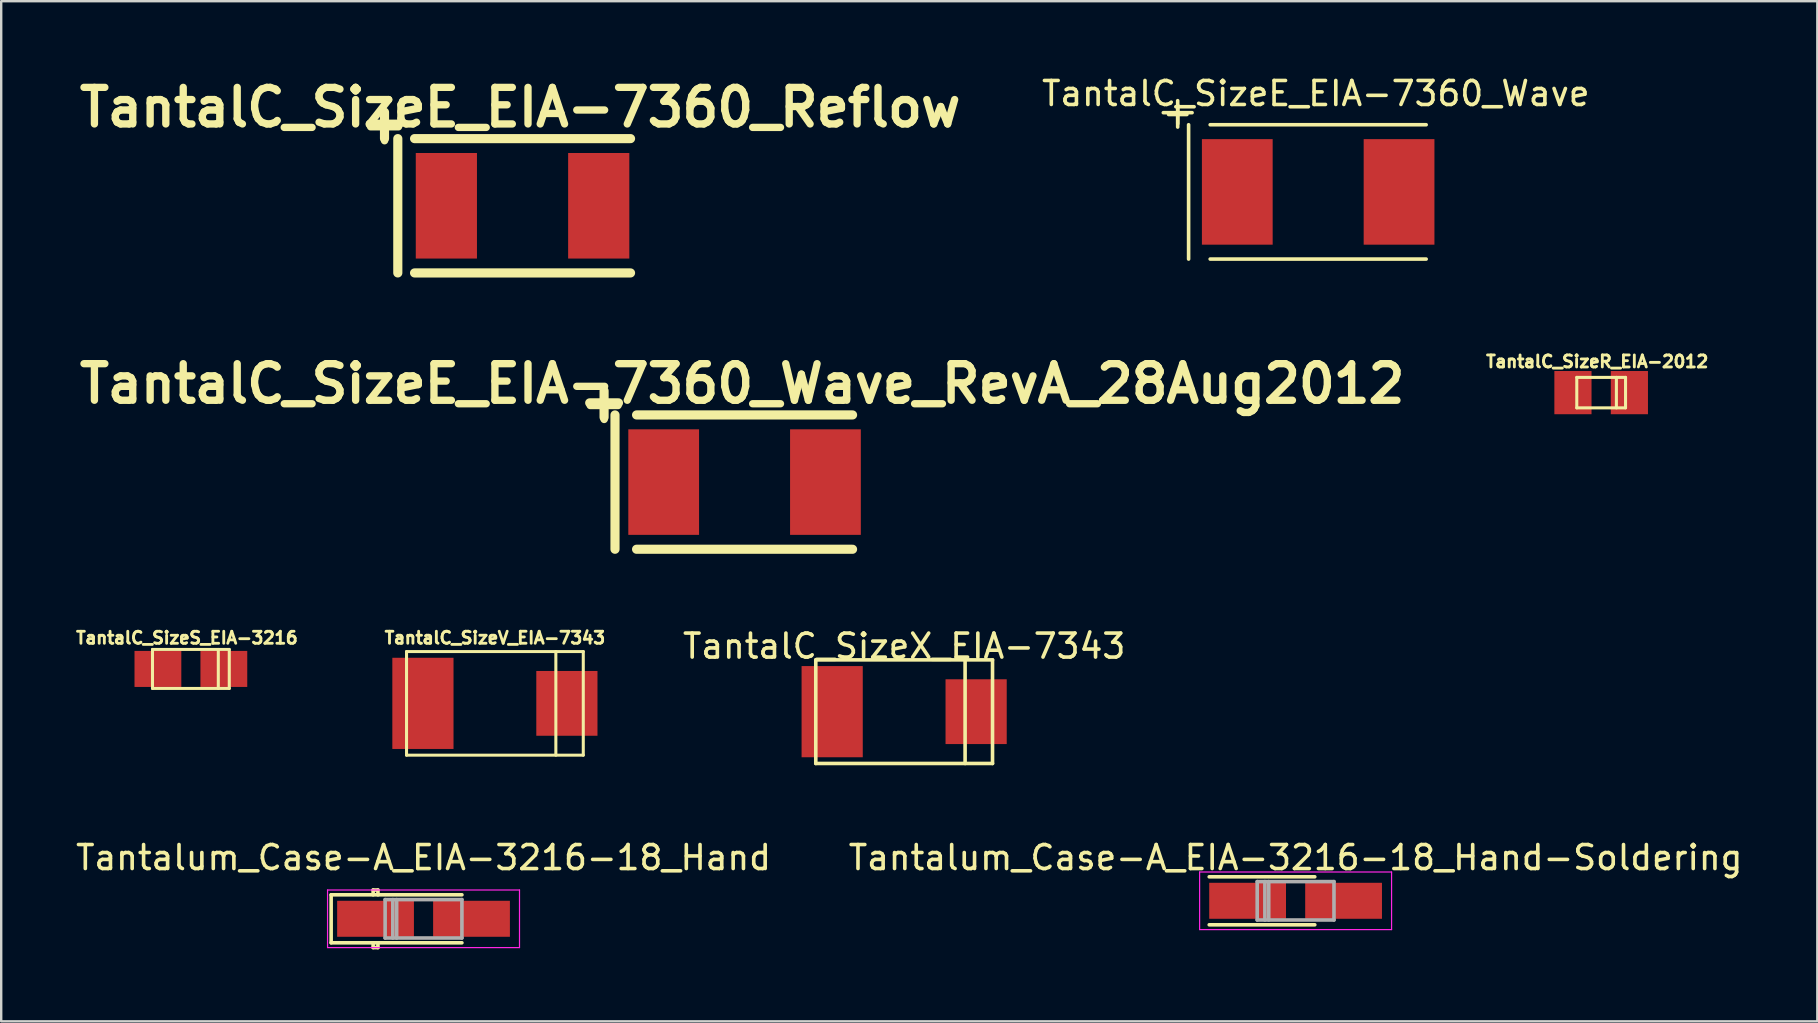
<source format=kicad_pcb>
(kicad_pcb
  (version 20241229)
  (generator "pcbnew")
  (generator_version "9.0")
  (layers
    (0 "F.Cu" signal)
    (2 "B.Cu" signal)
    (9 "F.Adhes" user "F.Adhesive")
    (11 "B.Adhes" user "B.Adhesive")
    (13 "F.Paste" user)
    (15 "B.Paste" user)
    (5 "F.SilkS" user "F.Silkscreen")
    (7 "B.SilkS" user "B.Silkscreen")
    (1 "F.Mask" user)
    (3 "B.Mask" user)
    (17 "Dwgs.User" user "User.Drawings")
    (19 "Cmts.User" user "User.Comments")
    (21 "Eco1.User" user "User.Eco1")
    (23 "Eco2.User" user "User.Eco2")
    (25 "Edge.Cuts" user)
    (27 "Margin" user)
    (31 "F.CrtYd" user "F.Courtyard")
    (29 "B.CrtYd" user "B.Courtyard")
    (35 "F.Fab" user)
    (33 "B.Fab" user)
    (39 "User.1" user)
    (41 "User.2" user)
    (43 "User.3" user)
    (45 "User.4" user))
  (footprint "Tantalum_Case-A_EIA-3216-18_Hand-Soldering"
    (layer "F.Cu")
    (at 50.946 34.492)
    (property "Reference" "Tantalum_Case-A_EIA-3216-18_Hand-Soldering" (at 0 -1.8 0) (layer "F.SilkS") (effects (font (size 1 1) (thickness 0.15))))
    (attr smd)
    (fp_line (start 0.8 -1) (end -3.6 -1) (stroke (width 0.15) (type solid)) (layer "F.SilkS"))
    (fp_line (start 0.8 1) (end -3.6 1) (stroke (width 0.15) (type solid)) (layer "F.SilkS"))
    (fp_line (start -4 -1.2) (end -4 1.2) (stroke (width 0.05) (type solid)) (layer "F.CrtYd"))
    (fp_line (start -4 1.2) (end 4 1.2) (stroke (width 0.05) (type solid)) (layer "F.CrtYd"))
    (fp_line (start 4 -1.2) (end -4 -1.2) (stroke (width 0.05) (type solid)) (layer "F.CrtYd"))
    (fp_line (start 4 1.2) (end 4 -1.2) (stroke (width 0.05) (type solid)) (layer "F.CrtYd"))
    (fp_line (start -1.6 -0.8) (end -1.6 0.8) (stroke (width 0.15) (type solid)) (layer "F.Fab"))
    (fp_line (start -1.6 0.8) (end 1.6 0.8) (stroke (width 0.15) (type solid)) (layer "F.Fab"))
    (fp_line (start -1.28 -0.8) (end -1.28 0.8) (stroke (width 0.15) (type solid)) (layer "F.Fab"))
    (fp_line (start -1.12 -0.8) (end -1.12 0.8) (stroke (width 0.15) (type solid)) (layer "F.Fab"))
    (fp_line (start 1.6 -0.8) (end -1.6 -0.8) (stroke (width 0.15) (type solid)) (layer "F.Fab"))
    (fp_line (start 1.6 0.8) (end 1.6 -0.8) (stroke (width 0.15) (type solid)) (layer "F.Fab"))
    (pad "1" smd rect (at -2 0) (size 3.2 1.5) (layers "F.Cu" "F.Mask" "F.Paste"))
    (pad "2" smd rect (at 2 0) (size 3.2 1.5) (layers "F.Cu" "F.Mask" "F.Paste")))
  (footprint "TantalC_SizeE_EIA-7360_Wave"
    (layer "F.Cu")
    (at 51.887 4.948)
    (property "Reference" "TantalC_SizeE_EIA-7360_Wave" (at -0.099 -4.1 0) (layer "F.SilkS") (effects (font (size 1 1) (thickness 0.15))))
    (attr smd)
    (fp_line (start -6.454 -3.302) (end -5.255 -3.302) (stroke (width 0.15) (type solid)) (layer "F.SilkS"))
    (fp_line (start -5.855 -3.802) (end -5.855 -2.703) (stroke (width 0.15) (type solid)) (layer "F.SilkS"))
    (fp_line (start -5.4 -2.799) (end -5.4 2.799) (stroke (width 0.15) (type solid)) (layer "F.SilkS"))
    (fp_line (start -4.501 2.799) (end 4.501 2.799) (stroke (width 0.15) (type solid)) (layer "F.SilkS"))
    (fp_line (start 4.501 -2.799) (end -4.501 -2.799) (stroke (width 0.15) (type solid)) (layer "F.SilkS"))
    (fp_text user "+" (at -5.852 -3.299 0) (layer "F.SilkS") (effects (font (size 1 1) (thickness 0.15))))
    (pad "1" smd rect (at -3.371 0) (size 2.949 4.399) (layers "F.Cu" "F.Mask" "F.Paste"))
    (pad "2" smd rect (at 3.371 0) (size 2.949 4.399) (layers "F.Cu" "F.Mask" "F.Paste")))
  (footprint "TantalC_SizeX_EIA-7343"
    (layer "F.Cu")
    (at 34.632 26.61)
    (property "Reference" "TantalC_SizeX_EIA-7343" (at 0 -2.731 0) (layer "F.SilkS") (effects (font (size 1 1) (thickness 0.15))))
    (attr through_hole)
    (fp_line (start -3.683 -2.159) (end -3.683 2.159) (stroke (width 0.15) (type solid)) (layer "F.SilkS"))
    (fp_line (start -3.683 2.159) (end 3.683 2.159) (stroke (width 0.15) (type solid)) (layer "F.SilkS"))
    (fp_line (start 2.54 -2.159) (end 2.54 2.159) (stroke (width 0.15) (type solid)) (layer "F.SilkS"))
    (fp_line (start 3.683 -2.159) (end -3.683 -2.159) (stroke (width 0.15) (type solid)) (layer "F.SilkS"))
    (fp_line (start 3.683 2.159) (end 3.683 -2.159) (stroke (width 0.15) (type solid)) (layer "F.SilkS"))
    (pad "1" smd rect (at 3 0) (size 2.55 2.7) (layers "F.Cu" "F.Mask" "F.Paste"))
    (pad "2" smd rect (at -3 0) (size 2.55 3.8) (layers "F.Cu" "F.Mask" "F.Paste")))
  (footprint "TantalC_SizeR_EIA-2012 "
    (layer "F.Cu")
    (at 63.681 13.313)
    (property "Reference" "TantalC_SizeR_EIA-2012 " (at 0.025 -1.295 0) (layer "F.SilkS") (effects (font (size 0.5 0.5) (thickness 0.119))))
    (attr through_hole)
    (fp_line (start -1.016 -0.635) (end -1.016 0.635) (stroke (width 0.127) (type solid)) (layer "F.SilkS"))
    (fp_line (start -1.016 0.635) (end 1.016 0.635) (stroke (width 0.127) (type solid)) (layer "F.SilkS"))
    (fp_line (start 0.635 -0.635) (end 0.635 0.635) (stroke (width 0.127) (type solid)) (layer "F.SilkS"))
    (fp_line (start 1.016 -0.635) (end -1.016 -0.635) (stroke (width 0.127) (type solid)) (layer "F.SilkS"))
    (fp_line (start 1.016 0.635) (end 1.016 -0.635) (stroke (width 0.127) (type solid)) (layer "F.SilkS"))
    (pad "1" smd rect (at 1.176 0) (size 1.549 1.801) (layers "F.Cu" "F.Mask" "F.Paste"))
    (pad "2" smd rect (at -1.176 0) (size 1.549 1.801) (layers "F.Cu" "F.Mask" "F.Paste")))
  (footprint "TantalC_SizeE_EIA-7360_Reflow"
    (layer "F.Cu")
    (at 18.728 5.526)
    (property "Reference" "TantalC_SizeE_EIA-7360_Reflow" (at -0.099 -4.1 0) (layer "F.SilkS") (effects (font (size 1.524 1.524) (thickness 0.305))))
    (attr smd)
    (fp_line (start -6.353 -3.401) (end -5.154 -3.401) (stroke (width 0.381) (type solid)) (layer "F.SilkS"))
    (fp_line (start -5.753 -3.901) (end -5.753 -2.802) (stroke (width 0.381) (type solid)) (layer "F.SilkS"))
    (fp_line (start -5.199 -2.799) (end -5.199 2.799) (stroke (width 0.381) (type solid)) (layer "F.SilkS"))
    (fp_line (start -4.501 2.799) (end 4.501 2.799) (stroke (width 0.381) (type solid)) (layer "F.SilkS"))
    (fp_line (start 4.501 -2.799) (end -4.501 -2.799) (stroke (width 0.381) (type solid)) (layer "F.SilkS"))
    (fp_text user "+" (at -5.751 -3.399 0) (layer "F.SilkS") (effects (font (size 1.524 1.524) (thickness 0.305))))
    (pad "1" smd rect (at -3.175 0) (size 2.55 4.399) (layers "F.Cu" "F.Mask" "F.Paste"))
    (pad "2" smd rect (at 3.175 0) (size 2.55 4.399) (layers "F.Cu" "F.Mask" "F.Paste")))
  (footprint "Tantalum_Case-A_EIA-3216-18_Hand"
    (layer "F.Cu")
    (at 14.601 35.242)
    (property "Reference" "Tantalum_Case-A_EIA-3216-18_Hand" (at 0 -2.55 0) (layer "F.SilkS") (effects (font (size 1 1) (thickness 0.15))))
    (attr smd)
    (fp_line (start -3.85 -1) (end -3.85 1) (stroke (width 0.15) (type solid)) (layer "F.SilkS"))
    (fp_line (start -3.85 -1) (end 1.6 -1) (stroke (width 0.15) (type solid)) (layer "F.SilkS"))
    (fp_line (start -3.85 1) (end 1.6 1) (stroke (width 0.15) (type solid)) (layer "F.SilkS"))
    (fp_line (start -2.1 -1.2) (end -1.9 -1.2) (stroke (width 0.15) (type solid)) (layer "F.SilkS"))
    (fp_line (start -2.1 -1) (end -2.1 -1.2) (stroke (width 0.15) (type solid)) (layer "F.SilkS"))
    (fp_line (start -2.1 1) (end -2.1 1.2) (stroke (width 0.15) (type solid)) (layer "F.SilkS"))
    (fp_line (start -2.1 1.2) (end -1.9 1.2) (stroke (width 0.15) (type solid)) (layer "F.SilkS"))
    (fp_line (start -1.9 -1.2) (end -1.9 -1) (stroke (width 0.15) (type solid)) (layer "F.SilkS"))
    (fp_line (start -1.9 1.2) (end -1.9 1) (stroke (width 0.15) (type solid)) (layer "F.SilkS"))
    (fp_line (start -4 -1.2) (end -4 1.2) (stroke (width 0.05) (type solid)) (layer "F.CrtYd"))
    (fp_line (start -4 1.2) (end 4 1.2) (stroke (width 0.05) (type solid)) (layer "F.CrtYd"))
    (fp_line (start 4 -1.2) (end -4 -1.2) (stroke (width 0.05) (type solid)) (layer "F.CrtYd"))
    (fp_line (start 4 1.2) (end 4 -1.2) (stroke (width 0.05) (type solid)) (layer "F.CrtYd"))
    (fp_line (start -1.6 -0.8) (end -1.6 0.8) (stroke (width 0.15) (type solid)) (layer "F.Fab"))
    (fp_line (start -1.6 0.8) (end 1.6 0.8) (stroke (width 0.15) (type solid)) (layer "F.Fab"))
    (fp_line (start -1.28 -0.8) (end -1.28 0.8) (stroke (width 0.15) (type solid)) (layer "F.Fab"))
    (fp_line (start -1.12 -0.8) (end -1.12 0.8) (stroke (width 0.15) (type solid)) (layer "F.Fab"))
    (fp_line (start 1.6 -0.8) (end -1.6 -0.8) (stroke (width 0.15) (type solid)) (layer "F.Fab"))
    (fp_line (start 1.6 0.8) (end 1.6 -0.8) (stroke (width 0.15) (type solid)) (layer "F.Fab"))
    (pad "1" smd rect (at -2 0) (size 3.2 1.5) (layers "F.Cu" "F.Mask" "F.Paste"))
    (pad "2" smd rect (at 2 0) (size 3.2 1.5) (layers "F.Cu" "F.Mask" "F.Paste")))
  (footprint "TantalC_SizeE_EIA-7360_Wave_RevA_28Aug2012"
    (layer "F.Cu")
    (at 27.981 17.042)
    (property "Reference" "TantalC_SizeE_EIA-7360_Wave_RevA_28Aug2012" (at -0.099 -4.1 0) (layer "F.SilkS") (effects (font (size 1.524 1.524) (thickness 0.305))))
    (attr smd)
    (fp_line (start -6.454 -3.302) (end -5.255 -3.302) (stroke (width 0.381) (type solid)) (layer "F.SilkS"))
    (fp_line (start -5.855 -3.802) (end -5.855 -2.703) (stroke (width 0.381) (type solid)) (layer "F.SilkS"))
    (fp_line (start -5.4 -2.799) (end -5.4 2.799) (stroke (width 0.381) (type solid)) (layer "F.SilkS"))
    (fp_line (start -4.501 2.799) (end 4.501 2.799) (stroke (width 0.381) (type solid)) (layer "F.SilkS"))
    (fp_line (start 4.501 -2.799) (end -4.501 -2.799) (stroke (width 0.381) (type solid)) (layer "F.SilkS"))
    (fp_text user "+" (at -5.852 -3.299 0) (layer "F.SilkS") (effects (font (size 1.524 1.524) (thickness 0.305))))
    (pad "1" smd rect (at -3.371 0) (size 2.949 4.399) (layers "F.Cu" "F.Mask" "F.Paste"))
    (pad "2" smd rect (at 3.371 0) (size 2.949 4.399) (layers "F.Cu" "F.Mask" "F.Paste")))
  (footprint "TantalC_SizeS_EIA-3216 "
    (layer "F.Cu")
    (at 4.905 24.829)
    (property "Reference" "TantalC_SizeS_EIA-3216 " (at 0.025 -1.295 0) (layer "F.SilkS") (effects (font (size 0.5 0.5) (thickness 0.119))))
    (attr through_hole)
    (fp_line (start -1.6 -0.813) (end -1.6 0.813) (stroke (width 0.127) (type solid)) (layer "F.SilkS"))
    (fp_line (start -1.6 0.813) (end 1.6 0.813) (stroke (width 0.127) (type solid)) (layer "F.SilkS"))
    (fp_line (start 1.143 0.813) (end 1.143 -0.813) (stroke (width 0.127) (type solid)) (layer "F.SilkS"))
    (fp_line (start 1.6 -0.813) (end -1.6 -0.813) (stroke (width 0.127) (type solid)) (layer "F.SilkS"))
    (fp_line (start 1.6 0.813) (end 1.6 -0.813) (stroke (width 0.127) (type solid)) (layer "F.SilkS"))
    (pad "1" smd rect (at 1.374 0) (size 1.951 1.501) (layers "F.Cu" "F.Mask" "F.Paste"))
    (pad "2" smd rect (at -1.374 0) (size 1.951 1.501) (layers "F.Cu" "F.Mask" "F.Paste")))
  (footprint "TantalC_SizeV_EIA-7343"
    (layer "F.Cu")
    (at 17.576 26.264)
    (property "Reference" "TantalC_SizeV_EIA-7343" (at 0 -2.731 0) (layer "F.SilkS") (effects (font (size 0.5 0.5) (thickness 0.119))))
    (attr through_hole)
    (fp_line (start -3.683 -2.159) (end -3.683 2.159) (stroke (width 0.127) (type solid)) (layer "F.SilkS"))
    (fp_line (start -3.683 2.159) (end 3.683 2.159) (stroke (width 0.127) (type solid)) (layer "F.SilkS"))
    (fp_line (start 2.54 -2.159) (end 2.54 2.159) (stroke (width 0.127) (type solid)) (layer "F.SilkS"))
    (fp_line (start 3.683 -2.159) (end -3.683 -2.159) (stroke (width 0.127) (type solid)) (layer "F.SilkS"))
    (fp_line (start 3.683 2.159) (end 3.683 -2.159) (stroke (width 0.127) (type solid)) (layer "F.SilkS"))
    (pad "1" smd rect (at 3 0) (size 2.55 2.7) (layers "F.Cu" "F.Mask" "F.Paste"))
    (pad "2" smd rect (at -3 0) (size 2.55 3.8) (layers "F.Cu" "F.Mask" "F.Paste")))
  (gr_rect
    (start -3 -3)
    (end 72.69 39.517)
    (stroke (width 0.1) (type default))
    (fill no)
    (layer "Edge.Cuts")))
</source>
